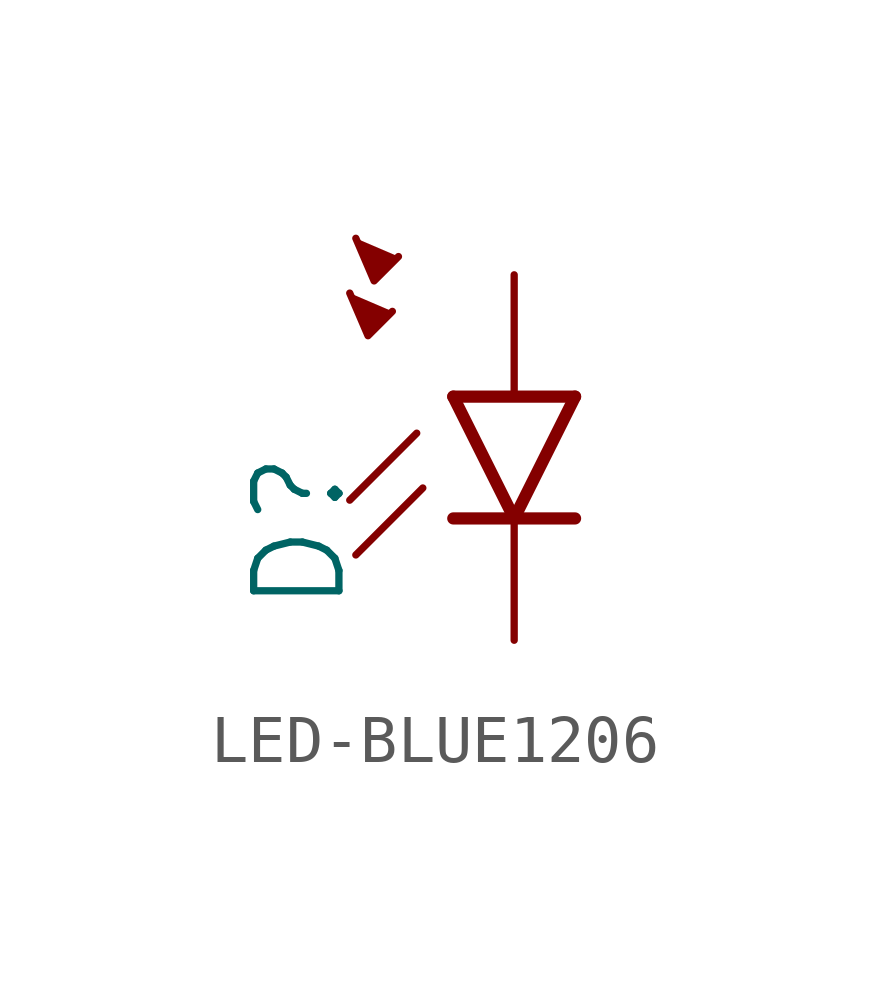
<source format=kicad_sym>
(kicad_symbol_lib
  (version 20241209)
  (generator "kicad_symbol_editor")
  (generator_version "9.0")
  (symbol "LED-BLUE1206"
    (property "Reference" "D"
      (at -3.429 -4.572 90)
      (effects (font (size 1.778 1.778)) (justify left bottom)))
    (property "Value" ""
      (at 1.905 -4.572 90)
      (effects (font (size 1.778 1.778)) (justify left top)))
    (property "ki_locked" ""
      (at 0 0 0)
      (effects (font (size 1.27 1.27))))
    (symbol "LED-BLUE1206_1_0"
      (polyline (pts (xy -3.429 2.159) (xy -3.048 1.27) (xy -2.54 1.778)) (stroke (width 0.152) (type solid)) (fill (type outline)))
      (polyline (pts (xy -3.302 3.302) (xy -2.921 2.413) (xy -2.413 2.921)) (stroke (width 0.152) (type solid)) (fill (type outline)))
      (polyline (pts (xy -2.032 -0.762) (xy -3.429 -2.159)) (stroke (width 0.152) (type solid)) (fill (type none)))
      (polyline (pts (xy -1.905 -1.905) (xy -3.302 -3.302)) (stroke (width 0.152) (type solid)) (fill (type none)))
      (polyline (pts (xy 0 -2.54) (xy -1.27 0)) (stroke (width 0.254) (type solid)) (fill (type none)))
      (polyline (pts (xy 0 -2.54) (xy -1.27 -2.54)) (stroke (width 0.254) (type solid)) (fill (type none)))
      (polyline (pts (xy 1.27 0) (xy -1.27 0)) (stroke (width 0.254) (type solid)) (fill (type none)))
      (polyline (pts (xy 1.27 0) (xy 0 -2.54)) (stroke (width 0.254) (type solid)) (fill (type none)))
      (polyline (pts (xy 1.27 -2.54) (xy 0 -2.54)) (stroke (width 0.254) (type solid)) (fill (type none)))
      (pin passive line (at 0 2.54 270) (length 2.54) (name "A" (effects (font (size 0 0)))) (number "A" (effects (font (size 0 0)))))
      (pin passive line (at 0 -5.08 90) (length 2.54) (name "C" (effects (font (size 0 0)))) (number "C" (effects (font (size 0 0))))))))
</source>
